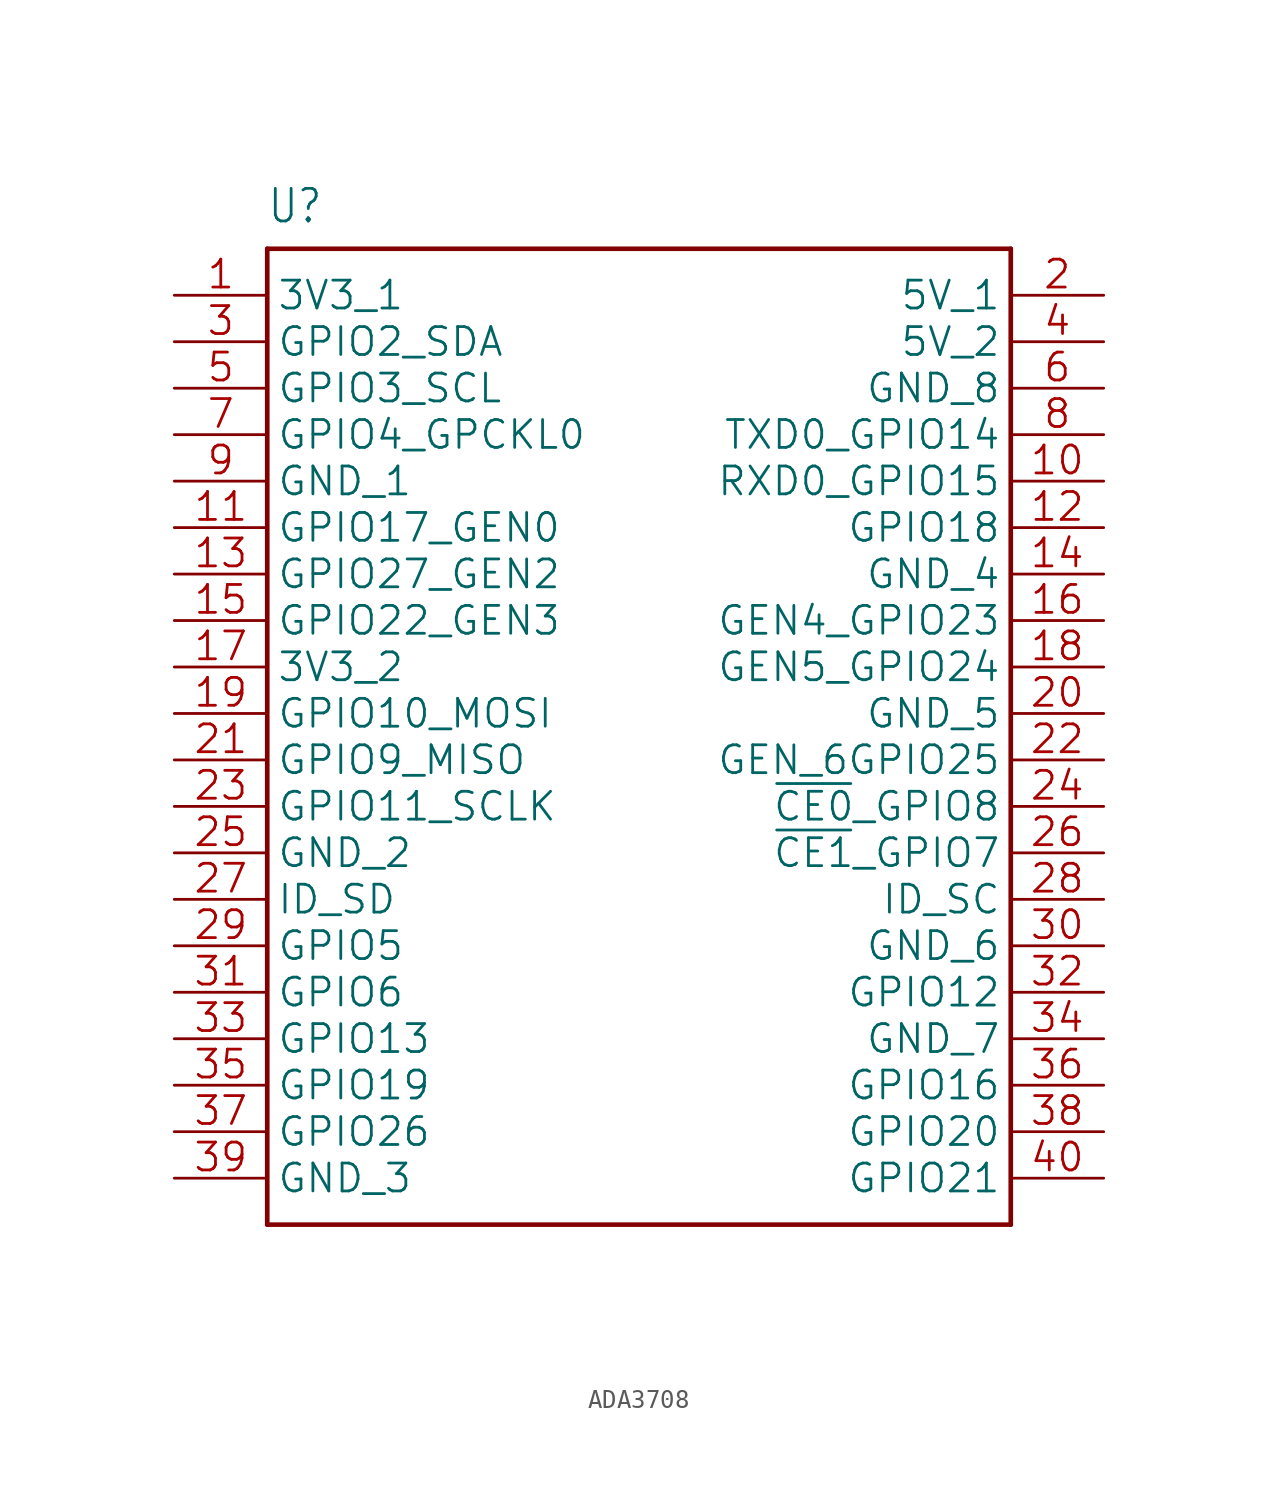
<source format=kicad_sym>
(kicad_symbol_lib
  (version 20241209)
  (generator "kicad_symbol_editor")
  (generator_version "9.0")
  (symbol "ADA3708"
    (property "Reference" "U"
      (at -20.34 26.696 0)
      (effects (font (size 1.78 1.513)) (justify left bottom)))
    (property "Value" ""
      (at -20.339 -30.509 0)
      (effects (font (size 1.78 1.513)) (justify left bottom)))
    (property "ki_locked" ""
      (at 0 0 0)
      (effects (font (size 1.27 1.27))))
    (symbol "ADA3708_1_0"
      (polyline (pts (xy -20.32 25.4) (xy 20.32 25.4)) (stroke (width 0.254) (type solid)) (fill (type none)))
      (polyline (pts (xy -20.32 -27.94) (xy -20.32 25.4)) (stroke (width 0.254) (type solid)) (fill (type none)))
      (polyline (pts (xy 20.32 25.4) (xy 20.32 -27.94)) (stroke (width 0.254) (type solid)) (fill (type none)))
      (polyline (pts (xy 20.32 -27.94) (xy -20.32 -27.94)) (stroke (width 0.254) (type solid)) (fill (type none)))
      (pin power_in line (at -25.4 22.86 0) (length 5.08) (name "3V3_1" (effects (font (size 1.524 1.524)))) (number "1" (effects (font (size 1.524 1.524)))))
      (pin bidirectional line (at -25.4 20.32 0) (length 5.08) (name "GPIO2_SDA" (effects (font (size 1.524 1.524)))) (number "3" (effects (font (size 1.524 1.524)))))
      (pin bidirectional line (at -25.4 17.78 0) (length 5.08) (name "GPIO3_SCL" (effects (font (size 1.524 1.524)))) (number "5" (effects (font (size 1.524 1.524)))))
      (pin bidirectional line (at -25.4 15.24 0) (length 5.08) (name "GPIO4_GPCKL0" (effects (font (size 1.524 1.524)))) (number "7" (effects (font (size 1.524 1.524)))))
      (pin power_in line (at -25.4 12.7 0) (length 5.08) (name "GND_1" (effects (font (size 1.524 1.524)))) (number "9" (effects (font (size 1.524 1.524)))))
      (pin bidirectional line (at -25.4 10.16 0) (length 5.08) (name "GPIO17_GEN0" (effects (font (size 1.524 1.524)))) (number "11" (effects (font (size 1.524 1.524)))))
      (pin bidirectional line (at -25.4 7.62 0) (length 5.08) (name "GPIO27_GEN2" (effects (font (size 1.524 1.524)))) (number "13" (effects (font (size 1.524 1.524)))))
      (pin bidirectional line (at -25.4 5.08 0) (length 5.08) (name "GPIO22_GEN3" (effects (font (size 1.524 1.524)))) (number "15" (effects (font (size 1.524 1.524)))))
      (pin power_in line (at -25.4 2.54 0) (length 5.08) (name "3V3_2" (effects (font (size 1.524 1.524)))) (number "17" (effects (font (size 1.524 1.524)))))
      (pin bidirectional line (at -25.4 0 0) (length 5.08) (name "GPIO10_MOSI" (effects (font (size 1.524 1.524)))) (number "19" (effects (font (size 1.524 1.524)))))
      (pin bidirectional line (at -25.4 -2.54 0) (length 5.08) (name "GPIO9_MISO" (effects (font (size 1.524 1.524)))) (number "21" (effects (font (size 1.524 1.524)))))
      (pin bidirectional line (at -25.4 -5.08 0) (length 5.08) (name "GPIO11_SCLK" (effects (font (size 1.524 1.524)))) (number "23" (effects (font (size 1.524 1.524)))))
      (pin power_in line (at -25.4 -7.62 0) (length 5.08) (name "GND_2" (effects (font (size 1.524 1.524)))) (number "25" (effects (font (size 1.524 1.524)))))
      (pin bidirectional line (at -25.4 -10.16 0) (length 5.08) (name "ID_SD" (effects (font (size 1.524 1.524)))) (number "27" (effects (font (size 1.524 1.524)))))
      (pin bidirectional line (at -25.4 -12.7 0) (length 5.08) (name "GPIO5" (effects (font (size 1.524 1.524)))) (number "29" (effects (font (size 1.524 1.524)))))
      (pin bidirectional line (at -25.4 -15.24 0) (length 5.08) (name "GPIO6" (effects (font (size 1.524 1.524)))) (number "31" (effects (font (size 1.524 1.524)))))
      (pin bidirectional line (at -25.4 -17.78 0) (length 5.08) (name "GPIO13" (effects (font (size 1.524 1.524)))) (number "33" (effects (font (size 1.524 1.524)))))
      (pin bidirectional line (at -25.4 -20.32 0) (length 5.08) (name "GPIO19" (effects (font (size 1.524 1.524)))) (number "35" (effects (font (size 1.524 1.524)))))
      (pin bidirectional line (at -25.4 -22.86 0) (length 5.08) (name "GPIO26" (effects (font (size 1.524 1.524)))) (number "37" (effects (font (size 1.524 1.524)))))
      (pin power_in line (at -25.4 -25.4 0) (length 5.08) (name "GND_3" (effects (font (size 1.524 1.524)))) (number "39" (effects (font (size 1.524 1.524)))))
      (pin power_in line (at 25.4 22.86 180) (length 5.08) (name "5V_1" (effects (font (size 1.524 1.524)))) (number "2" (effects (font (size 1.524 1.524)))))
      (pin power_in line (at 25.4 20.32 180) (length 5.08) (name "5V_2" (effects (font (size 1.524 1.524)))) (number "4" (effects (font (size 1.524 1.524)))))
      (pin power_in line (at 25.4 17.78 180) (length 5.08) (name "GND_8" (effects (font (size 1.524 1.524)))) (number "6" (effects (font (size 1.524 1.524)))))
      (pin bidirectional line (at 25.4 15.24 180) (length 5.08) (name "TXD0_GPIO14" (effects (font (size 1.524 1.524)))) (number "8" (effects (font (size 1.524 1.524)))))
      (pin bidirectional line (at 25.4 12.7 180) (length 5.08) (name "RXD0_GPIO15" (effects (font (size 1.524 1.524)))) (number "10" (effects (font (size 1.524 1.524)))))
      (pin bidirectional line (at 25.4 10.16 180) (length 5.08) (name "GPIO18" (effects (font (size 1.524 1.524)))) (number "12" (effects (font (size 1.524 1.524)))))
      (pin power_in line (at 25.4 7.62 180) (length 5.08) (name "GND_4" (effects (font (size 1.524 1.524)))) (number "14" (effects (font (size 1.524 1.524)))))
      (pin bidirectional line (at 25.4 5.08 180) (length 5.08) (name "GEN4_GPIO23" (effects (font (size 1.524 1.524)))) (number "16" (effects (font (size 1.524 1.524)))))
      (pin bidirectional line (at 25.4 2.54 180) (length 5.08) (name "GEN5_GPIO24" (effects (font (size 1.524 1.524)))) (number "18" (effects (font (size 1.524 1.524)))))
      (pin power_in line (at 25.4 0 180) (length 5.08) (name "GND_5" (effects (font (size 1.524 1.524)))) (number "20" (effects (font (size 1.524 1.524)))))
      (pin bidirectional line (at 25.4 -2.54 180) (length 5.08) (name "GEN_6GPIO25" (effects (font (size 1.524 1.524)))) (number "22" (effects (font (size 1.524 1.524)))))
      (pin bidirectional line (at 25.4 -5.08 180) (length 5.08) (name "~{CE0}_GPIO8" (effects (font (size 1.524 1.524)))) (number "24" (effects (font (size 1.524 1.524)))))
      (pin bidirectional line (at 25.4 -7.62 180) (length 5.08) (name "~{CE1}_GPIO7" (effects (font (size 1.524 1.524)))) (number "26" (effects (font (size 1.524 1.524)))))
      (pin bidirectional line (at 25.4 -10.16 180) (length 5.08) (name "ID_SC" (effects (font (size 1.524 1.524)))) (number "28" (effects (font (size 1.524 1.524)))))
      (pin power_in line (at 25.4 -12.7 180) (length 5.08) (name "GND_6" (effects (font (size 1.524 1.524)))) (number "30" (effects (font (size 1.524 1.524)))))
      (pin bidirectional line (at 25.4 -15.24 180) (length 5.08) (name "GPIO12" (effects (font (size 1.524 1.524)))) (number "32" (effects (font (size 1.524 1.524)))))
      (pin power_in line (at 25.4 -17.78 180) (length 5.08) (name "GND_7" (effects (font (size 1.524 1.524)))) (number "34" (effects (font (size 1.524 1.524)))))
      (pin bidirectional line (at 25.4 -20.32 180) (length 5.08) (name "GPIO16" (effects (font (size 1.524 1.524)))) (number "36" (effects (font (size 1.524 1.524)))))
      (pin bidirectional line (at 25.4 -22.86 180) (length 5.08) (name "GPIO20" (effects (font (size 1.524 1.524)))) (number "38" (effects (font (size 1.524 1.524)))))
      (pin bidirectional line (at 25.4 -25.4 180) (length 5.08) (name "GPIO21" (effects (font (size 1.524 1.524)))) (number "40" (effects (font (size 1.524 1.524))))))))
</source>
